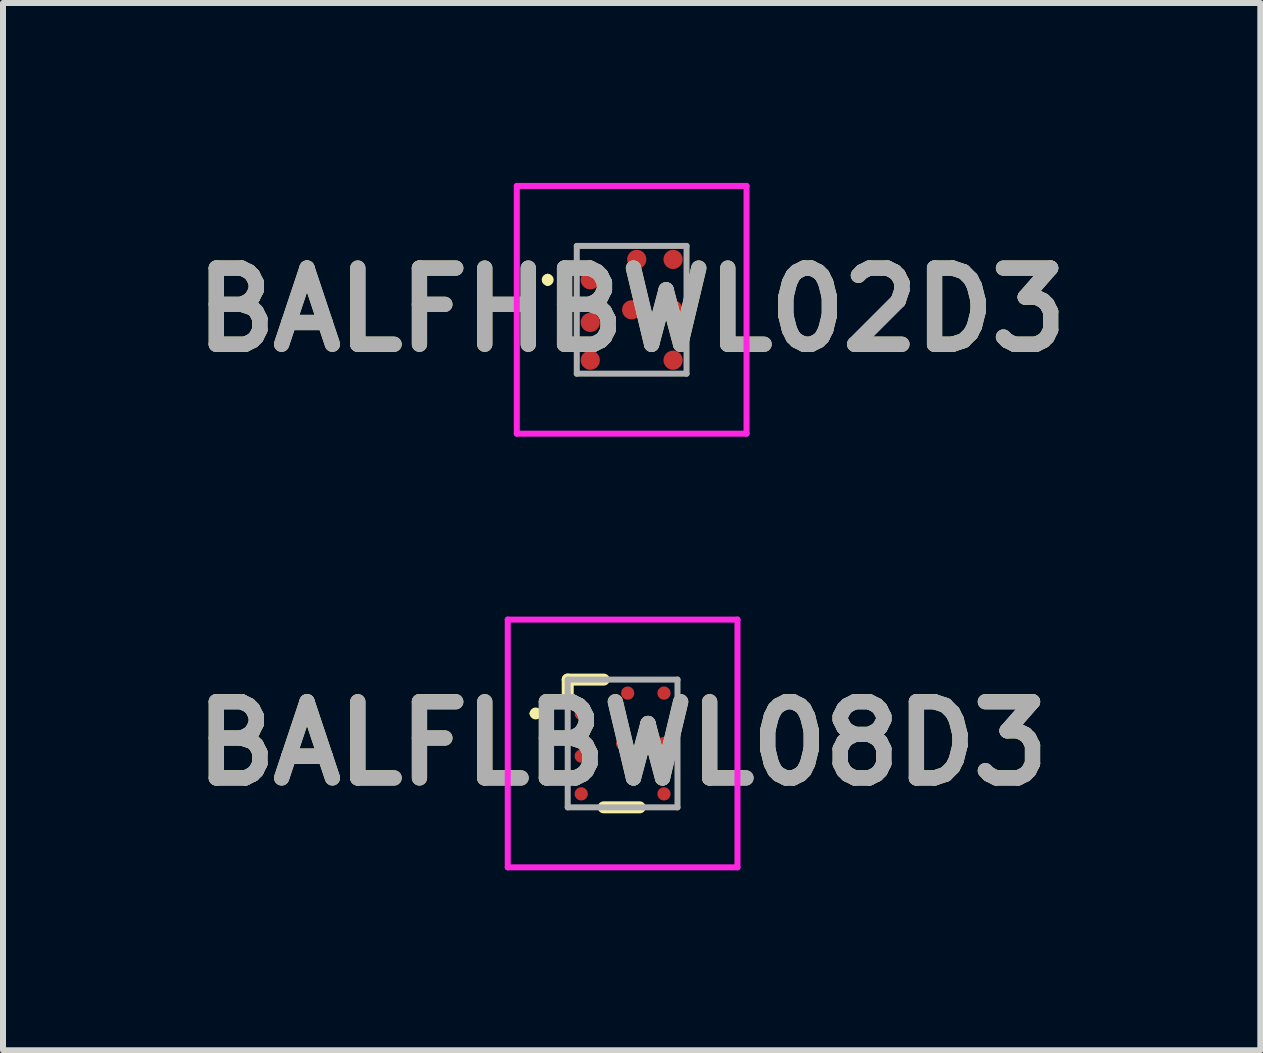
<source format=kicad_pcb>
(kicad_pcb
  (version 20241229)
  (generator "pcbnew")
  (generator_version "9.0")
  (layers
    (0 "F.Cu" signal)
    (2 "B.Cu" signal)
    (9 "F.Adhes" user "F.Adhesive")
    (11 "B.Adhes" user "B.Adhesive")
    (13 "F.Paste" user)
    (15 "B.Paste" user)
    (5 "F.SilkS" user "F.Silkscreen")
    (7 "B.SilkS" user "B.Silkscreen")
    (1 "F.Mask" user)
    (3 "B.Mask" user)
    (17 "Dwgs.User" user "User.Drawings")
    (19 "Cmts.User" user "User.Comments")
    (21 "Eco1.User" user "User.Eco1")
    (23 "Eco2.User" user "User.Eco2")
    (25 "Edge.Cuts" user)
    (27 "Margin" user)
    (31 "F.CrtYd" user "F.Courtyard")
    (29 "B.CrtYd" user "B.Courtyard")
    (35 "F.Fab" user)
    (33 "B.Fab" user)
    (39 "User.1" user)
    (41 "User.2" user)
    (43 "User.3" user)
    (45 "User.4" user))
  (footprint "BALFHBWL02D3"
    (layer "F.Cu")
    (at 7.481 1.615)
    (property "Reference" "BALFHBWL02D3" (at 0 0.5 0) (layer "F.SilkS") (effects (font (size 1.27 1.27) (thickness 0.254))))
    (attr smd)
    (fp_line (start -1.4 -0.05) (end -1.4 -0.05) (stroke (width 0.1) (type solid)) (layer "F.SilkS"))
    (fp_line (start -1.4 0.05) (end -1.4 0.05) (stroke (width 0.1) (type solid)) (layer "F.SilkS"))
    (fp_arc (start -1.4 -0.05) (mid -1.35 0) (end -1.4 0.05) (stroke (width 0.1) (type solid)) (layer "F.SilkS"))
    (fp_arc (start -1.4 0.05) (mid -1.45 0) (end -1.4 -0.05) (stroke (width 0.1) (type solid)) (layer "F.SilkS"))
    (fp_line (start -1.915 -1.565) (end -1.915 2.565) (stroke (width 0.1) (type solid)) (layer "F.CrtYd"))
    (fp_line (start -1.915 2.565) (end 1.915 2.565) (stroke (width 0.1) (type solid)) (layer "F.CrtYd"))
    (fp_line (start 1.915 -1.565) (end -1.915 -1.565) (stroke (width 0.1) (type solid)) (layer "F.CrtYd"))
    (fp_line (start 1.915 2.565) (end 1.915 -1.565) (stroke (width 0.1) (type solid)) (layer "F.CrtYd"))
    (fp_line (start -0.915 -0.565) (end -0.915 1.565) (stroke (width 0.1) (type solid)) (layer "F.Fab"))
    (fp_line (start -0.915 1.565) (end 0.915 1.565) (stroke (width 0.1) (type solid)) (layer "F.Fab"))
    (fp_line (start 0.915 -0.565) (end -0.915 -0.565) (stroke (width 0.1) (type solid)) (layer "F.Fab"))
    (fp_line (start 0.915 1.565) (end 0.915 -0.565) (stroke (width 0.1) (type solid)) (layer "F.Fab"))
    (fp_text user "${REFERENCE}" (at 0 0.5 0) (layer "F.Fab") (effects (font (size 1.27 1.27) (thickness 0.254))))
    (pad "A1" smd circle (at -0.69 0 90) (size 0.32 0.32) (layers "F.Cu" "F.Mask" "F.Paste"))
    (pad "A2" smd circle (at -0.69 0.71 90) (size 0.32 0.32) (layers "F.Cu" "F.Mask" "F.Paste"))
    (pad "A3" smd circle (at -0.69 1.34 90) (size 0.32 0.32) (layers "F.Cu" "F.Mask" "F.Paste"))
    (pad "B1" smd circle (at 0.085 -0.34 90) (size 0.32 0.32) (layers "F.Cu" "F.Mask" "F.Paste"))
    (pad "B2" smd circle (at 0 0.5 90) (size 0.32 0.32) (layers "F.Cu" "F.Mask" "F.Paste"))
    (pad "C1" smd circle (at 0.69 -0.34 90) (size 0.32 0.32) (layers "F.Cu" "F.Mask" "F.Paste"))
    (pad "C2" smd circle (at 0.69 0.5 90) (size 0.32 0.32) (layers "F.Cu" "F.Mask" "F.Paste"))
    (pad "C3" smd circle (at 0.69 1.34 90) (size 0.32 0.32) (layers "F.Cu" "F.Mask" "F.Paste")))
  (footprint "BALFLBWL08D3"
    (layer "F.Cu")
    (at 7.33 9.345)
    (property "Reference" "BALFLBWL08D3" (at 0 0 0) (layer "F.SilkS") (effects (font (size 1.27 1.27) (thickness 0.254))))
    (attr smd)
    (fp_line (start -1.5 -0.5) (end -1.5 -0.5) (stroke (width 0.1) (type solid)) (layer "F.SilkS"))
    (fp_line (start -1.4 -0.5) (end -1.4 -0.5) (stroke (width 0.1) (type solid)) (layer "F.SilkS"))
    (fp_line (start -0.915 -1.065) (end -0.315 -1.065) (stroke (width 0.2) (type solid)) (layer "F.SilkS"))
    (fp_line (start -0.915 -0.84) (end -0.915 -1.065) (stroke (width 0.2) (type solid)) (layer "F.SilkS"))
    (fp_line (start -0.315 1.065) (end 0.285 1.065) (stroke (width 0.2) (type solid)) (layer "F.SilkS"))
    (fp_arc (start -1.5 -0.5) (mid -1.45 -0.55) (end -1.4 -0.5) (stroke (width 0.1) (type solid)) (layer "F.SilkS"))
    (fp_arc (start -1.4 -0.5) (mid -1.45 -0.45) (end -1.5 -0.5) (stroke (width 0.1) (type solid)) (layer "F.SilkS"))
    (fp_line (start -1.915 -2.065) (end -1.915 2.065) (stroke (width 0.1) (type solid)) (layer "F.CrtYd"))
    (fp_line (start -1.915 2.065) (end 1.915 2.065) (stroke (width 0.1) (type solid)) (layer "F.CrtYd"))
    (fp_line (start 1.915 -2.065) (end -1.915 -2.065) (stroke (width 0.1) (type solid)) (layer "F.CrtYd"))
    (fp_line (start 1.915 2.065) (end 1.915 -2.065) (stroke (width 0.1) (type solid)) (layer "F.CrtYd"))
    (fp_line (start -0.915 -1.065) (end 0.915 -1.065) (stroke (width 0.1) (type solid)) (layer "F.Fab"))
    (fp_line (start -0.915 1.065) (end -0.915 -1.065) (stroke (width 0.1) (type solid)) (layer "F.Fab"))
    (fp_line (start 0.915 -1.065) (end 0.915 1.065) (stroke (width 0.1) (type solid)) (layer "F.Fab"))
    (fp_line (start 0.915 1.065) (end -0.915 1.065) (stroke (width 0.1) (type solid)) (layer "F.Fab"))
    (fp_text user "${REFERENCE}" (at 0 0 0) (layer "F.Fab") (effects (font (size 1.27 1.27) (thickness 0.254))))
    (pad "A1" smd circle (at -0.69 -0.5 90) (size 0.22 0.22) (layers "F.Cu" "F.Mask" "F.Paste"))
    (pad "A2" smd circle (at -0.69 0.21 90) (size 0.22 0.22) (layers "F.Cu" "F.Mask" "F.Paste"))
    (pad "A3" smd circle (at -0.69 0.84 90) (size 0.22 0.22) (layers "F.Cu" "F.Mask" "F.Paste"))
    (pad "B1" smd circle (at 0.085 -0.84 90) (size 0.22 0.22) (layers "F.Cu" "F.Mask" "F.Paste"))
    (pad "B2" smd circle (at 0 0 90) (size 0.22 0.22) (layers "F.Cu" "F.Mask" "F.Paste"))
    (pad "C1" smd circle (at 0.69 -0.84 90) (size 0.22 0.22) (layers "F.Cu" "F.Mask" "F.Paste"))
    (pad "C2" smd circle (at 0.69 0 90) (size 0.22 0.22) (layers "F.Cu" "F.Mask" "F.Paste"))
    (pad "C3" smd circle (at 0.69 0.84 90) (size 0.22 0.22) (layers "F.Cu" "F.Mask" "F.Paste")))
  (gr_rect
    (start -3 -3)
    (end 17.962 14.46)
    (stroke (width 0.1) (type default))
    (fill no)
    (layer "Edge.Cuts")))
</source>
